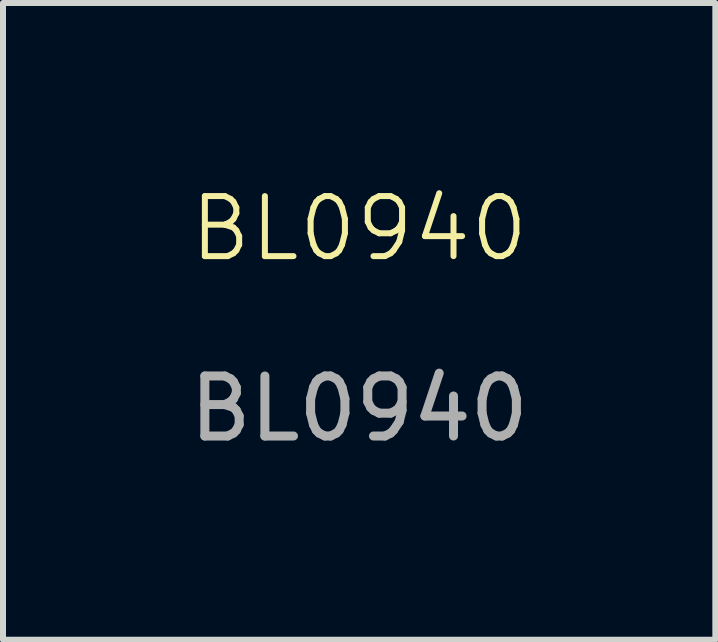
<source format=kicad_pcb>
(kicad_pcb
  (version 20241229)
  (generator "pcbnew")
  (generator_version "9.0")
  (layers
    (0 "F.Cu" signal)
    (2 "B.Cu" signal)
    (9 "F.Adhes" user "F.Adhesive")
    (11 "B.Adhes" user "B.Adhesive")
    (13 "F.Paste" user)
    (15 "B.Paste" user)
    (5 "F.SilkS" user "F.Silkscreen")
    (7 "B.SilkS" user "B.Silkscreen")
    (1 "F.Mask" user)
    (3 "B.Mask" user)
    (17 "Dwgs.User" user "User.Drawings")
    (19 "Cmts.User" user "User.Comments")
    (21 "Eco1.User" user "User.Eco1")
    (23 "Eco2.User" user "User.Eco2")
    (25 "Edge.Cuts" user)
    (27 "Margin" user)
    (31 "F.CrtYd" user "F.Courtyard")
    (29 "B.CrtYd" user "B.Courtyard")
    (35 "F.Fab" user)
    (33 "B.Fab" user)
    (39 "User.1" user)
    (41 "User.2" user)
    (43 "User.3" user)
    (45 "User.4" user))
  (footprint "BL0940"
    (layer "F.Cu")
    (at 2.935 1.26)
    (property "Reference" "BL0940" (at 0 -0.5 0) (unlocked yes) (layer "F.SilkS") (effects (font (size 1 1) (thickness 0.1))))
    (attr smd)
    (fp_text user "${REFERENCE}" (at 0 2.5 0) (unlocked yes) (layer "F.Fab") (effects (font (size 1 1) (thickness 0.15)))))
  (gr_rect
    (start -3 -3)
    (end 8.869 7.609)
    (stroke (width 0.1) (type default))
    (fill no)
    (layer "Edge.Cuts")))
</source>
